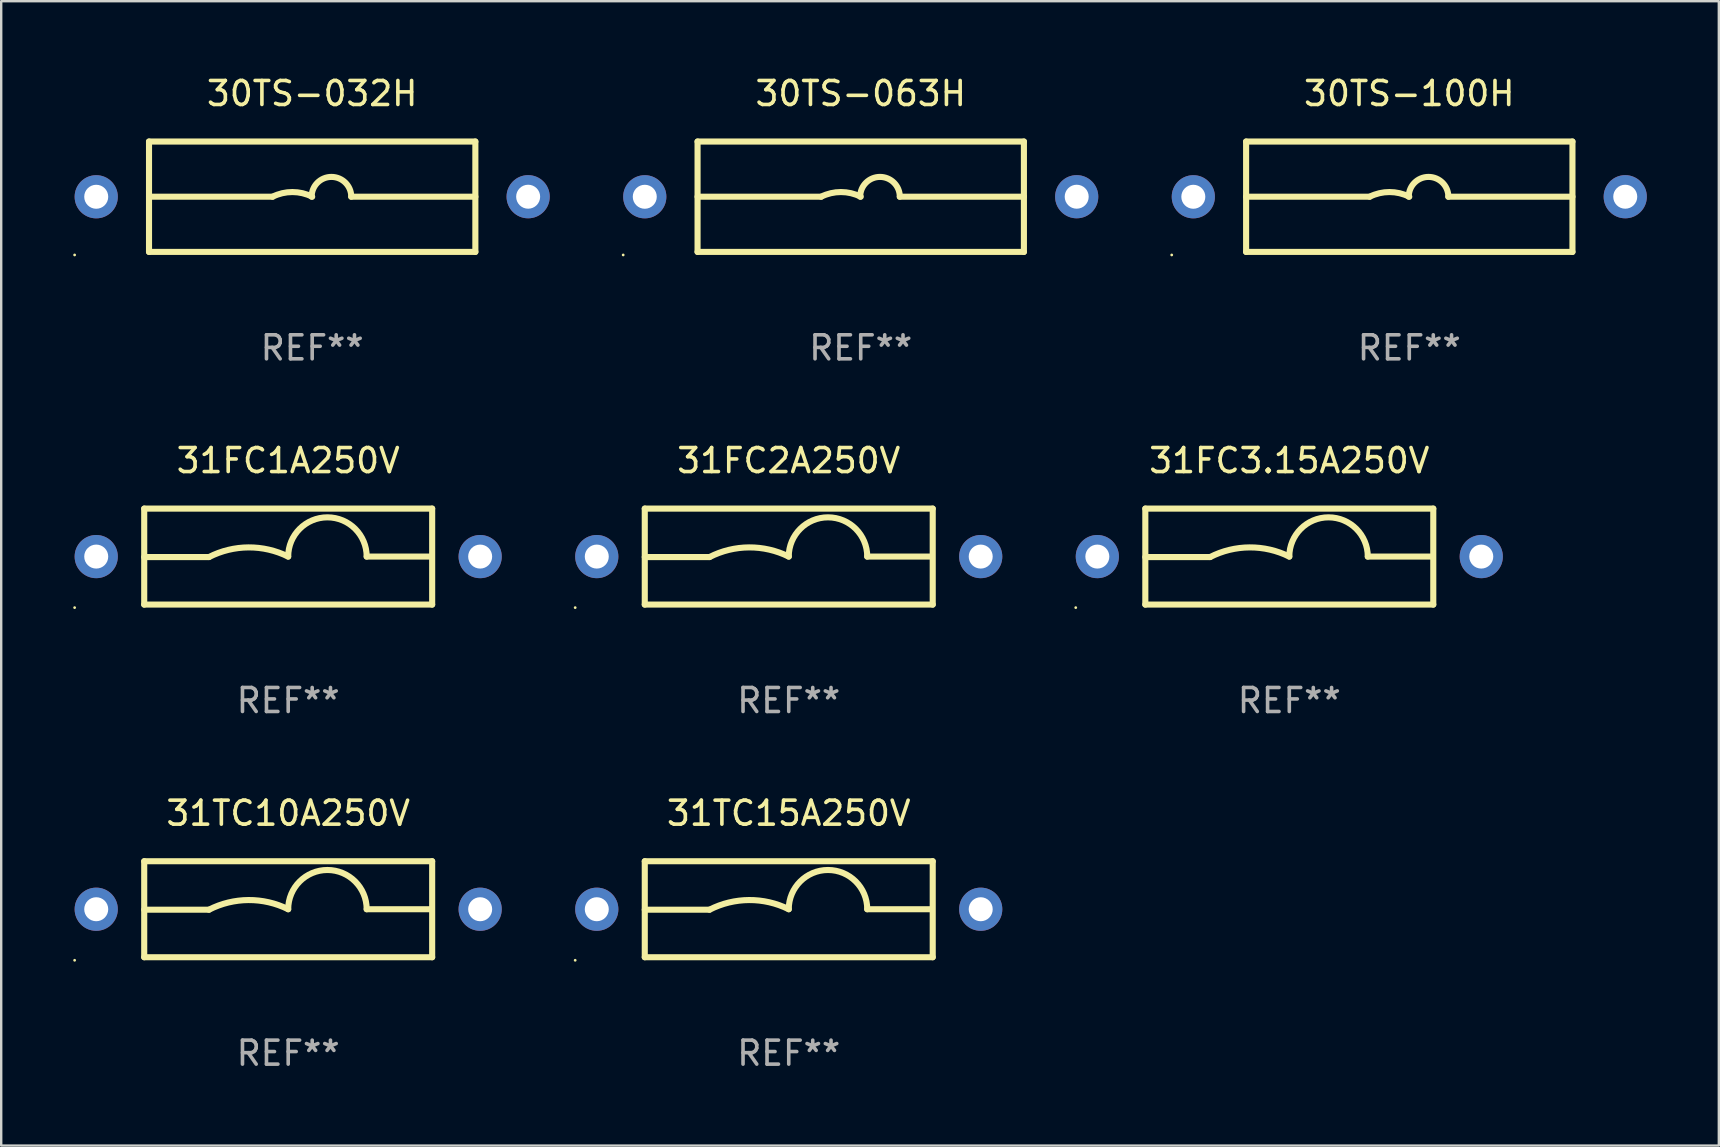
<source format=kicad_pcb>
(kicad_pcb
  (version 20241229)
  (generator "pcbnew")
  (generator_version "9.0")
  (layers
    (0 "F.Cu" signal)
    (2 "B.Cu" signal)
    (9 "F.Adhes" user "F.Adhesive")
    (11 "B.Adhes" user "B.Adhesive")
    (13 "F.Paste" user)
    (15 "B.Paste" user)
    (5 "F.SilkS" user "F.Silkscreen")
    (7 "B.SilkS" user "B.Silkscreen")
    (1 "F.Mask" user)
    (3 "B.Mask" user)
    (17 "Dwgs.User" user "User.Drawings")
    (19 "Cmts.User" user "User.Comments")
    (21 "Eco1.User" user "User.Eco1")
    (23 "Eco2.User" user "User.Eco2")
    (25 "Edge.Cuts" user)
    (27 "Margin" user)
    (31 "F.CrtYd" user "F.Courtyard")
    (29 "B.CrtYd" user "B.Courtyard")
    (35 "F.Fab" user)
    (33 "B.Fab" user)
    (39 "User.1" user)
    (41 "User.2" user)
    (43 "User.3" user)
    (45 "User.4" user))
  (footprint "30TS-032H"
    (layer "F.Cu")
    (at 9.96 5.148)
    (property "Reference" "30TS-032H" (at 0 -4.3 0) (layer "F.SilkS") (effects (font (size 1 1) (thickness 0.15))))
    (attr through_hole)
    (fp_line (start -6.8 -2.3) (end -6.8 2.3) (stroke (width 0.254) (type solid)) (layer "F.SilkS"))
    (fp_line (start -6.8 -2.3) (end 6.8 -2.3) (stroke (width 0.254) (type solid)) (layer "F.SilkS"))
    (fp_line (start -6.8 2.3) (end 6.8 2.3) (stroke (width 0.254) (type solid)) (layer "F.SilkS"))
    (fp_line (start -1.651 0) (end -6.8 0) (stroke (width 0.254) (type solid)) (layer "F.SilkS"))
    (fp_line (start 1.628 0) (end 6.8 0) (stroke (width 0.254) (type solid)) (layer "F.SilkS"))
    (fp_line (start 6.8 -2.3) (end 6.8 2.3) (stroke (width 0.254) (type solid)) (layer "F.SilkS"))
    (fp_arc (start -1.651003 0) (mid -0.825502 -0.194874) (end 0 0) (stroke (width 0.254001) (type solid)) (layer "F.SilkS"))
    (fp_arc (start -0.023013 0) (mid 0.802489 -0.825502) (end 1.627991 0) (stroke (width 0.254001) (type solid)) (layer "F.SilkS"))
    (fp_circle (center -9.9 2.427) (end -9.87 2.427) (stroke (width 0.06) (type solid)) (fill no) (layer "F.SilkS"))
    (fp_text user "REF**" (at 0 6.3 0) (layer "F.Fab") (effects (font (size 1 1) (thickness 0.15))))
    (pad "1" thru_hole circle (at -9 0.002) (size 1.8 1.8) (drill 1) (layers "*.Cu" "*.Mask"))
    (pad "2" thru_hole circle (at 9 0) (size 1.8 1.8) (drill 1) (layers "*.Cu" "*.Mask")))
  (footprint "30TS-100H"
    (layer "F.Cu")
    (at 55.68 5.148)
    (property "Reference" "30TS-100H" (at 0 -4.3 0) (layer "F.SilkS") (effects (font (size 1 1) (thickness 0.15))))
    (attr through_hole)
    (fp_line (start -6.8 -2.3) (end -6.8 2.3) (stroke (width 0.254) (type solid)) (layer "F.SilkS"))
    (fp_line (start -6.8 -2.3) (end 6.8 -2.3) (stroke (width 0.254) (type solid)) (layer "F.SilkS"))
    (fp_line (start -6.8 2.3) (end 6.8 2.3) (stroke (width 0.254) (type solid)) (layer "F.SilkS"))
    (fp_line (start -1.651 0) (end -6.8 0) (stroke (width 0.254) (type solid)) (layer "F.SilkS"))
    (fp_line (start 1.628 0) (end 6.8 0) (stroke (width 0.254) (type solid)) (layer "F.SilkS"))
    (fp_line (start 6.8 -2.3) (end 6.8 2.3) (stroke (width 0.254) (type solid)) (layer "F.SilkS"))
    (fp_arc (start -1.651003 0) (mid -0.825502 -0.194874) (end 0 0) (stroke (width 0.254001) (type solid)) (layer "F.SilkS"))
    (fp_arc (start -0.023013 0) (mid 0.802489 -0.825502) (end 1.627991 0) (stroke (width 0.254001) (type solid)) (layer "F.SilkS"))
    (fp_circle (center -9.9 2.427) (end -9.87 2.427) (stroke (width 0.06) (type solid)) (fill no) (layer "F.SilkS"))
    (fp_text user "REF**" (at 0 6.3 0) (layer "F.Fab") (effects (font (size 1 1) (thickness 0.15))))
    (pad "1" thru_hole circle (at -9 0.002) (size 1.8 1.8) (drill 1) (layers "*.Cu" "*.Mask"))
    (pad "2" thru_hole circle (at 9 0) (size 1.8 1.8) (drill 1) (layers "*.Cu" "*.Mask")))
  (footprint "31TC15A250V"
    (layer "F.Cu")
    (at 29.82 34.841)
    (property "Reference" "31TC15A250V" (at 0 -4 0) (layer "F.SilkS") (effects (font (size 1 1) (thickness 0.15))))
    (attr through_hole)
    (fp_line (start -6 -2) (end 6 -2) (stroke (width 0.254) (type solid)) (layer "F.SilkS"))
    (fp_line (start -6 0.02) (end -3.302 0.02) (stroke (width 0.254) (type solid)) (layer "F.SilkS"))
    (fp_line (start -6 2) (end -6 -2) (stroke (width 0.254) (type solid)) (layer "F.SilkS"))
    (fp_line (start 5.969 0) (end 3.271 0) (stroke (width 0.254) (type solid)) (layer "F.SilkS"))
    (fp_line (start 6 -2) (end 6 2) (stroke (width 0.254) (type solid)) (layer "F.SilkS"))
    (fp_line (start 6 2) (end -6 2) (stroke (width 0.254) (type solid)) (layer "F.SilkS"))
    (fp_arc (start -3.302007 0.020218) (mid -1.653409 -0.382715) (end 0 0) (stroke (width 0.254001) (type solid)) (layer "F.SilkS"))
    (fp_arc (start 0.000001 0) (mid 1.635497 -1.634823) (end 3.270993 0) (stroke (width 0.254001) (type solid)) (layer "F.SilkS"))
    (fp_circle (center -8.9 2.127) (end -8.87 2.127) (stroke (width 0.06) (type solid)) (fill no) (layer "F.SilkS"))
    (fp_text user "REF**" (at 0 6 0) (layer "F.Fab") (effects (font (size 1 1) (thickness 0.15))))
    (pad "1" thru_hole circle (at -8 0) (size 1.8 1.8) (drill 1) (layers "*.Cu" "*.Mask"))
    (pad "2" thru_hole circle (at 8 0) (size 1.8 1.8) (drill 1) (layers "*.Cu" "*.Mask")))
  (footprint "31FC1A250V"
    (layer "F.Cu")
    (at 8.96 20.145)
    (property "Reference" "31FC1A250V" (at 0 -4 0) (layer "F.SilkS") (effects (font (size 1 1) (thickness 0.15))))
    (attr through_hole)
    (fp_line (start -6 -2) (end 6 -2) (stroke (width 0.254) (type solid)) (layer "F.SilkS"))
    (fp_line (start -6 0.02) (end -3.302 0.02) (stroke (width 0.254) (type solid)) (layer "F.SilkS"))
    (fp_line (start -6 2) (end -6 -2) (stroke (width 0.254) (type solid)) (layer "F.SilkS"))
    (fp_line (start 5.969 0) (end 3.271 0) (stroke (width 0.254) (type solid)) (layer "F.SilkS"))
    (fp_line (start 6 -2) (end 6 2) (stroke (width 0.254) (type solid)) (layer "F.SilkS"))
    (fp_line (start 6 2) (end -6 2) (stroke (width 0.254) (type solid)) (layer "F.SilkS"))
    (fp_arc (start -3.302007 0.020218) (mid -1.653409 -0.382715) (end 0 0) (stroke (width 0.254001) (type solid)) (layer "F.SilkS"))
    (fp_arc (start 0.000001 0) (mid 1.635497 -1.634823) (end 3.270993 0) (stroke (width 0.254001) (type solid)) (layer "F.SilkS"))
    (fp_circle (center -8.9 2.127) (end -8.87 2.127) (stroke (width 0.06) (type solid)) (fill no) (layer "F.SilkS"))
    (fp_text user "REF**" (at 0 6 0) (layer "F.Fab") (effects (font (size 1 1) (thickness 0.15))))
    (pad "1" thru_hole circle (at -8 0) (size 1.8 1.8) (drill 1) (layers "*.Cu" "*.Mask"))
    (pad "2" thru_hole circle (at 8 0) (size 1.8 1.8) (drill 1) (layers "*.Cu" "*.Mask")))
  (footprint "30TS-063H"
    (layer "F.Cu")
    (at 32.82 5.148)
    (property "Reference" "30TS-063H" (at 0 -4.3 0) (layer "F.SilkS") (effects (font (size 1 1) (thickness 0.15))))
    (attr through_hole)
    (fp_line (start -6.8 -2.3) (end -6.8 2.3) (stroke (width 0.254) (type solid)) (layer "F.SilkS"))
    (fp_line (start -6.8 -2.3) (end 6.8 -2.3) (stroke (width 0.254) (type solid)) (layer "F.SilkS"))
    (fp_line (start -6.8 2.3) (end 6.8 2.3) (stroke (width 0.254) (type solid)) (layer "F.SilkS"))
    (fp_line (start -1.651 0) (end -6.8 0) (stroke (width 0.254) (type solid)) (layer "F.SilkS"))
    (fp_line (start 1.628 0) (end 6.8 0) (stroke (width 0.254) (type solid)) (layer "F.SilkS"))
    (fp_line (start 6.8 -2.3) (end 6.8 2.3) (stroke (width 0.254) (type solid)) (layer "F.SilkS"))
    (fp_arc (start -1.651003 0) (mid -0.825502 -0.194874) (end 0 0) (stroke (width 0.254001) (type solid)) (layer "F.SilkS"))
    (fp_arc (start -0.023013 0) (mid 0.802489 -0.825502) (end 1.627991 0) (stroke (width 0.254001) (type solid)) (layer "F.SilkS"))
    (fp_circle (center -9.9 2.427) (end -9.87 2.427) (stroke (width 0.06) (type solid)) (fill no) (layer "F.SilkS"))
    (fp_text user "REF**" (at 0 6.3 0) (layer "F.Fab") (effects (font (size 1 1) (thickness 0.15))))
    (pad "1" thru_hole circle (at -9 0.002) (size 1.8 1.8) (drill 1) (layers "*.Cu" "*.Mask"))
    (pad "2" thru_hole circle (at 9 0) (size 1.8 1.8) (drill 1) (layers "*.Cu" "*.Mask")))
  (footprint "31FC2A250V"
    (layer "F.Cu")
    (at 29.82 20.145)
    (property "Reference" "31FC2A250V" (at 0 -4 0) (layer "F.SilkS") (effects (font (size 1 1) (thickness 0.15))))
    (attr through_hole)
    (fp_line (start -6 -2) (end 6 -2) (stroke (width 0.254) (type solid)) (layer "F.SilkS"))
    (fp_line (start -6 0.02) (end -3.302 0.02) (stroke (width 0.254) (type solid)) (layer "F.SilkS"))
    (fp_line (start -6 2) (end -6 -2) (stroke (width 0.254) (type solid)) (layer "F.SilkS"))
    (fp_line (start 5.969 0) (end 3.271 0) (stroke (width 0.254) (type solid)) (layer "F.SilkS"))
    (fp_line (start 6 -2) (end 6 2) (stroke (width 0.254) (type solid)) (layer "F.SilkS"))
    (fp_line (start 6 2) (end -6 2) (stroke (width 0.254) (type solid)) (layer "F.SilkS"))
    (fp_arc (start -3.302007 0.020218) (mid -1.653409 -0.382715) (end 0 0) (stroke (width 0.254001) (type solid)) (layer "F.SilkS"))
    (fp_arc (start 0.000001 0) (mid 1.635497 -1.634823) (end 3.270993 0) (stroke (width 0.254001) (type solid)) (layer "F.SilkS"))
    (fp_circle (center -8.9 2.127) (end -8.87 2.127) (stroke (width 0.06) (type solid)) (fill no) (layer "F.SilkS"))
    (fp_text user "REF**" (at 0 6 0) (layer "F.Fab") (effects (font (size 1 1) (thickness 0.15))))
    (pad "1" thru_hole circle (at -8 0) (size 1.8 1.8) (drill 1) (layers "*.Cu" "*.Mask"))
    (pad "2" thru_hole circle (at 8 0) (size 1.8 1.8) (drill 1) (layers "*.Cu" "*.Mask")))
  (footprint "31TC10A250V"
    (layer "F.Cu")
    (at 8.96 34.841)
    (property "Reference" "31TC10A250V" (at 0 -4 0) (layer "F.SilkS") (effects (font (size 1 1) (thickness 0.15))))
    (attr through_hole)
    (fp_line (start -6 -2) (end 6 -2) (stroke (width 0.254) (type solid)) (layer "F.SilkS"))
    (fp_line (start -6 0.02) (end -3.302 0.02) (stroke (width 0.254) (type solid)) (layer "F.SilkS"))
    (fp_line (start -6 2) (end -6 -2) (stroke (width 0.254) (type solid)) (layer "F.SilkS"))
    (fp_line (start 5.969 0) (end 3.271 0) (stroke (width 0.254) (type solid)) (layer "F.SilkS"))
    (fp_line (start 6 -2) (end 6 2) (stroke (width 0.254) (type solid)) (layer "F.SilkS"))
    (fp_line (start 6 2) (end -6 2) (stroke (width 0.254) (type solid)) (layer "F.SilkS"))
    (fp_arc (start -3.302007 0.020218) (mid -1.653409 -0.382715) (end 0 0) (stroke (width 0.254001) (type solid)) (layer "F.SilkS"))
    (fp_arc (start 0.000001 0) (mid 1.635497 -1.634823) (end 3.270993 0) (stroke (width 0.254001) (type solid)) (layer "F.SilkS"))
    (fp_circle (center -8.9 2.127) (end -8.87 2.127) (stroke (width 0.06) (type solid)) (fill no) (layer "F.SilkS"))
    (fp_text user "REF**" (at 0 6 0) (layer "F.Fab") (effects (font (size 1 1) (thickness 0.15))))
    (pad "1" thru_hole circle (at -8 0) (size 1.8 1.8) (drill 1) (layers "*.Cu" "*.Mask"))
    (pad "2" thru_hole circle (at 8 0) (size 1.8 1.8) (drill 1) (layers "*.Cu" "*.Mask")))
  (footprint "31FC3.15A250V"
    (layer "F.Cu")
    (at 50.68 20.145)
    (property "Reference" "31FC3.15A250V" (at 0 -4 0) (layer "F.SilkS") (effects (font (size 1 1) (thickness 0.15))))
    (attr through_hole)
    (fp_line (start -6 -2) (end 6 -2) (stroke (width 0.254) (type solid)) (layer "F.SilkS"))
    (fp_line (start -6 0.02) (end -3.302 0.02) (stroke (width 0.254) (type solid)) (layer "F.SilkS"))
    (fp_line (start -6 2) (end -6 -2) (stroke (width 0.254) (type solid)) (layer "F.SilkS"))
    (fp_line (start 5.969 0) (end 3.271 0) (stroke (width 0.254) (type solid)) (layer "F.SilkS"))
    (fp_line (start 6 -2) (end 6 2) (stroke (width 0.254) (type solid)) (layer "F.SilkS"))
    (fp_line (start 6 2) (end -6 2) (stroke (width 0.254) (type solid)) (layer "F.SilkS"))
    (fp_arc (start -3.302007 0.020218) (mid -1.653409 -0.382715) (end 0 0) (stroke (width 0.254001) (type solid)) (layer "F.SilkS"))
    (fp_arc (start 0.000001 0) (mid 1.635497 -1.634823) (end 3.270993 0) (stroke (width 0.254001) (type solid)) (layer "F.SilkS"))
    (fp_circle (center -8.9 2.127) (end -8.87 2.127) (stroke (width 0.06) (type solid)) (fill no) (layer "F.SilkS"))
    (fp_text user "REF**" (at 0 6 0) (layer "F.Fab") (effects (font (size 1 1) (thickness 0.15))))
    (pad "1" thru_hole circle (at -8 0) (size 1.8 1.8) (drill 1) (layers "*.Cu" "*.Mask"))
    (pad "2" thru_hole circle (at 8 0) (size 1.8 1.8) (drill 1) (layers "*.Cu" "*.Mask")))
  (gr_rect
    (start -3 -3)
    (end 68.58 44.69)
    (stroke (width 0.1) (type default))
    (fill no)
    (layer "Edge.Cuts")))
</source>
